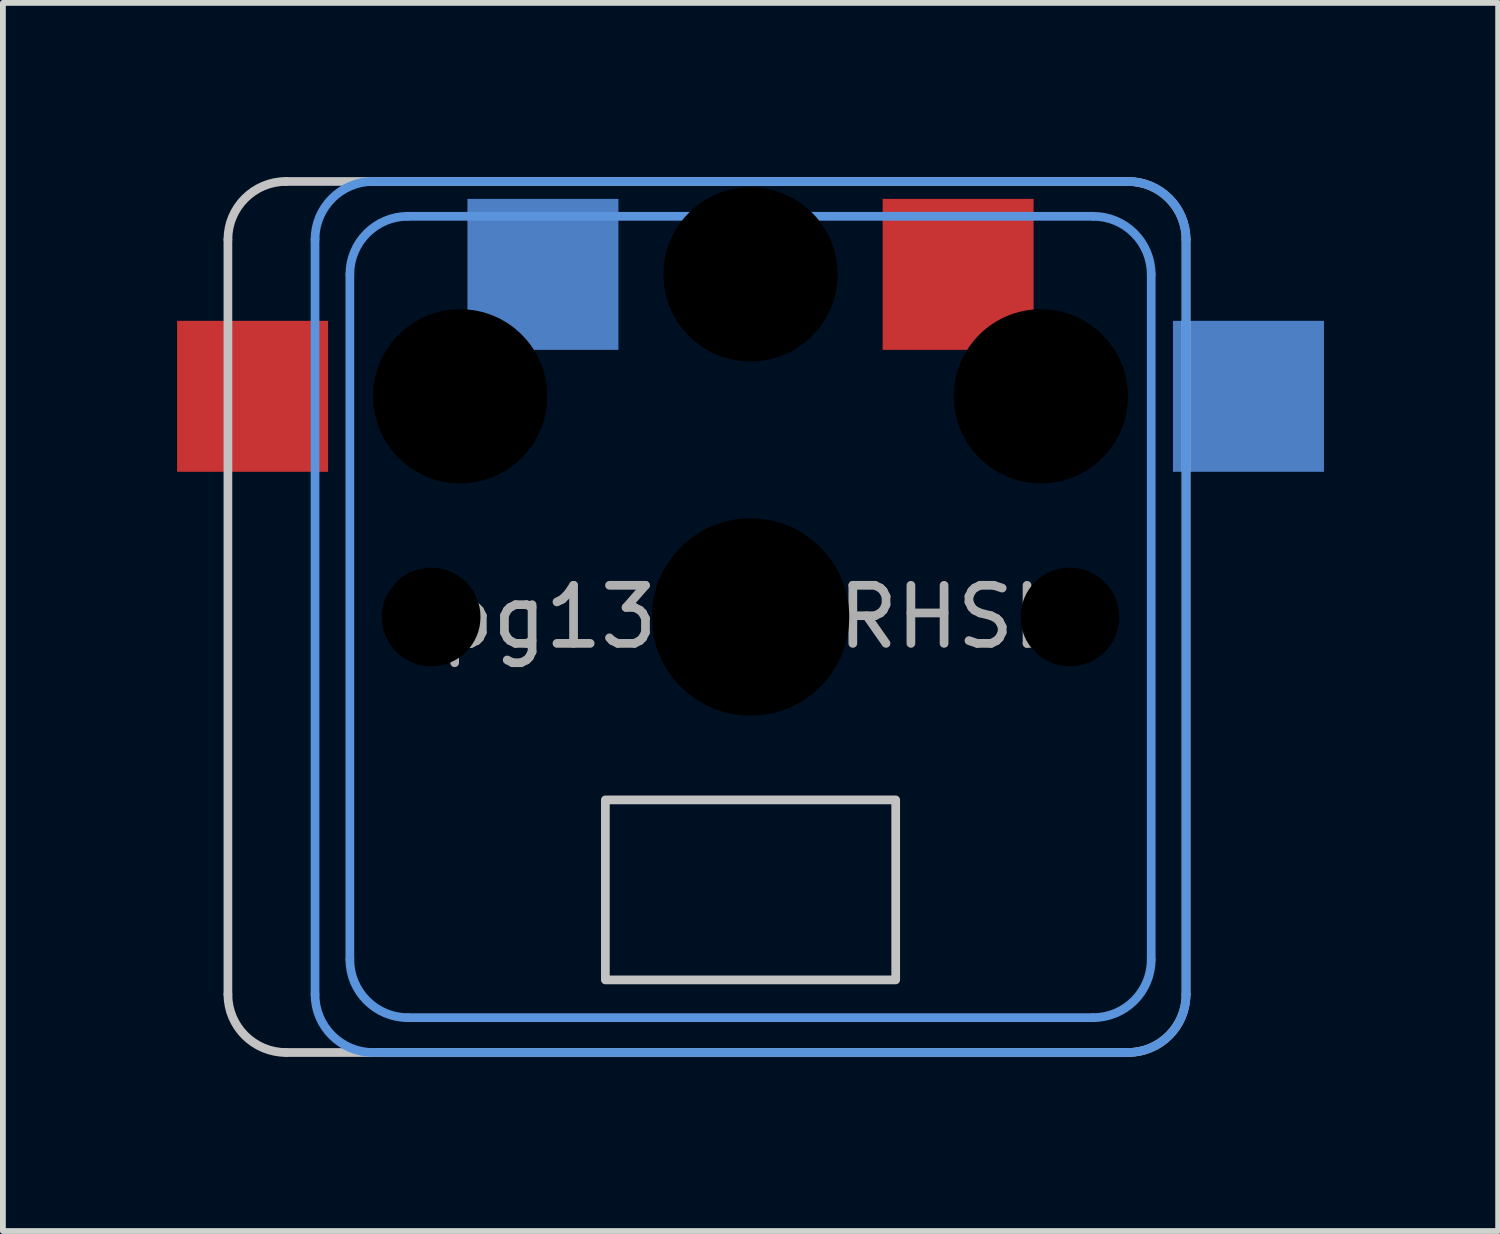
<source format=kicad_pcb>
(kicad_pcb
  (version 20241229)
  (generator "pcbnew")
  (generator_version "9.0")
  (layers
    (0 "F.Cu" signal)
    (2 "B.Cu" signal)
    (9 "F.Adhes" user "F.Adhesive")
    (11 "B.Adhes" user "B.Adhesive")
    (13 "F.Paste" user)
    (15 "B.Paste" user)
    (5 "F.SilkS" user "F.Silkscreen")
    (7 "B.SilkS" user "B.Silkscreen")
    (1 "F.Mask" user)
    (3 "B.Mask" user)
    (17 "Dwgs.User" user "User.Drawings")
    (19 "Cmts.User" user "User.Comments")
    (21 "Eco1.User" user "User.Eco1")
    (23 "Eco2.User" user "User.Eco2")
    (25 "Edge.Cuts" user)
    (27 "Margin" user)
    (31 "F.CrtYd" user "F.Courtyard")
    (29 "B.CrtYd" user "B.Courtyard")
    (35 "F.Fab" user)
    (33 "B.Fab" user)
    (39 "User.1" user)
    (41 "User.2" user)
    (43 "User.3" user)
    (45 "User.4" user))
  (footprint "pg1350-RHSL"
    (layer "F.Cu")
    (at 9.875 7.575)
    (property "Reference" "pg1350-RHSL" (at 0 0 0) (layer "F.Fab") (effects (font (size 1 1) (thickness 0.15))))
    (attr through_hole)
    (fp_line (start -9 6.5) (end -9 -6.5) (stroke (width 0.15) (type solid)) (layer "Dwgs.User"))
    (fp_line (start -8 -7.5) (end 6.5 -7.5) (stroke (width 0.15) (type solid)) (layer "Dwgs.User"))
    (fp_line (start 6.5 7.5) (end -8 7.5) (stroke (width 0.15) (type solid)) (layer "Dwgs.User"))
    (fp_line (start 7.5 -6.5) (end 7.5 6.5) (stroke (width 0.15) (type solid)) (layer "Dwgs.User"))
    (fp_rect (start 2.5 6.25) (end -2.5 3.15) (stroke (width 0.15) (type solid)) (fill no) (layer "Dwgs.User"))
    (fp_arc (start -9 -6.5) (mid -8.707107 -7.207107) (end -8 -7.5) (stroke (width 0.15) (type solid)) (layer "Dwgs.User"))
    (fp_arc (start -8 7.5) (mid -8.707107 7.207107) (end -9 6.5) (stroke (width 0.15) (type solid)) (layer "Dwgs.User"))
    (fp_arc (start 6.5 -7.5) (mid 7.207107 -7.207107) (end 7.5 -6.5) (stroke (width 0.15) (type solid)) (layer "Dwgs.User"))
    (fp_arc (start 7.5 6.5) (mid 7.207107 7.207107) (end 6.5 7.5) (stroke (width 0.15) (type solid)) (layer "Dwgs.User"))
    (fp_line (start -7.5 6.5) (end -7.5 -6.5) (stroke (width 0.15) (type solid)) (layer "Cmts.User"))
    (fp_line (start -6.9 5.9) (end -6.9 -5.9) (stroke (width 0.15) (type solid)) (layer "Cmts.User"))
    (fp_line (start -6.5 -7.5) (end 6.5 -7.5) (stroke (width 0.15) (type solid)) (layer "Cmts.User"))
    (fp_line (start -5.9 -6.9) (end 5.9 -6.9) (stroke (width 0.15) (type solid)) (layer "Cmts.User"))
    (fp_line (start 5.9 6.9) (end -5.9 6.9) (stroke (width 0.15) (type solid)) (layer "Cmts.User"))
    (fp_line (start 6.5 7.5) (end -6.5 7.5) (stroke (width 0.15) (type solid)) (layer "Cmts.User"))
    (fp_line (start 6.9 -5.9) (end 6.9 5.9) (stroke (width 0.15) (type solid)) (layer "Cmts.User"))
    (fp_line (start 7.5 -6.5) (end 7.5 6.5) (stroke (width 0.15) (type solid)) (layer "Cmts.User"))
    (fp_arc (start -7.5 -6.5) (mid -7.207107 -7.207107) (end -6.5 -7.5) (stroke (width 0.15) (type solid)) (layer "Cmts.User"))
    (fp_arc (start -6.9 -5.9) (mid -6.607107 -6.607107) (end -5.9 -6.9) (stroke (width 0.15) (type solid)) (layer "Cmts.User"))
    (fp_arc (start -6.5 7.5) (mid -7.207107 7.207107) (end -7.5 6.5) (stroke (width 0.15) (type solid)) (layer "Cmts.User"))
    (fp_arc (start -5.9 6.9) (mid -6.607107 6.607107) (end -6.9 5.9) (stroke (width 0.15) (type solid)) (layer "Cmts.User"))
    (fp_arc (start 5.9 -6.9) (mid 6.607107 -6.607107) (end 6.9 -5.9) (stroke (width 0.15) (type solid)) (layer "Cmts.User"))
    (fp_arc (start 6.5 -7.5) (mid 7.207107 -7.207107) (end 7.5 -6.5) (stroke (width 0.15) (type solid)) (layer "Cmts.User"))
    (fp_arc (start 6.9 5.9) (mid 6.607107 6.607107) (end 5.9 6.9) (stroke (width 0.15) (type solid)) (layer "Cmts.User"))
    (fp_arc (start 7.5 6.5) (mid 7.207107 7.207107) (end 6.5 7.5) (stroke (width 0.15) (type solid)) (layer "Cmts.User"))
    (pad "" np_thru_hole circle (at -5.5 0) (size 1.7 1.7) (drill 1.7) (layers "*.Mask"))
    (pad "" np_thru_hole circle (at -5 -3.8) (size 3 3) (drill 3) (layers "*.Mask"))
    (pad "" np_thru_hole circle (at 0 -5.9) (size 3 3) (drill 3) (layers "*.Mask"))
    (pad "" np_thru_hole circle (at 0 0) (size 3.4 3.4) (drill 3.4) (layers "*.Mask"))
    (pad "" np_thru_hole circle (at 5 -3.8) (size 3 3) (drill 3) (layers "*.Mask"))
    (pad "" np_thru_hole circle (at 5.5 0) (size 1.7 1.7) (drill 1.7) (layers "*.Mask"))
    (pad "1" smd rect (at -3.575 -5.9) (size 2.6 2.6) (layers "B.Cu" "B.Mask"))
    (pad "1" smd rect (at 3.575 -5.9) (size 2.6 2.6) (layers "F.Cu" "F.Mask"))
    (pad "2" smd rect (at -8.575 -3.8) (size 2.6 2.6) (layers "F.Cu" "F.Mask"))
    (pad "2" smd rect (at 8.575 -3.8) (size 2.6 2.6) (layers "B.Cu" "B.Mask")))
  (gr_rect
    (start -3 -3)
    (end 22.75 18.15)
    (stroke (width 0.1) (type default))
    (fill no)
    (layer "Edge.Cuts")))
</source>
